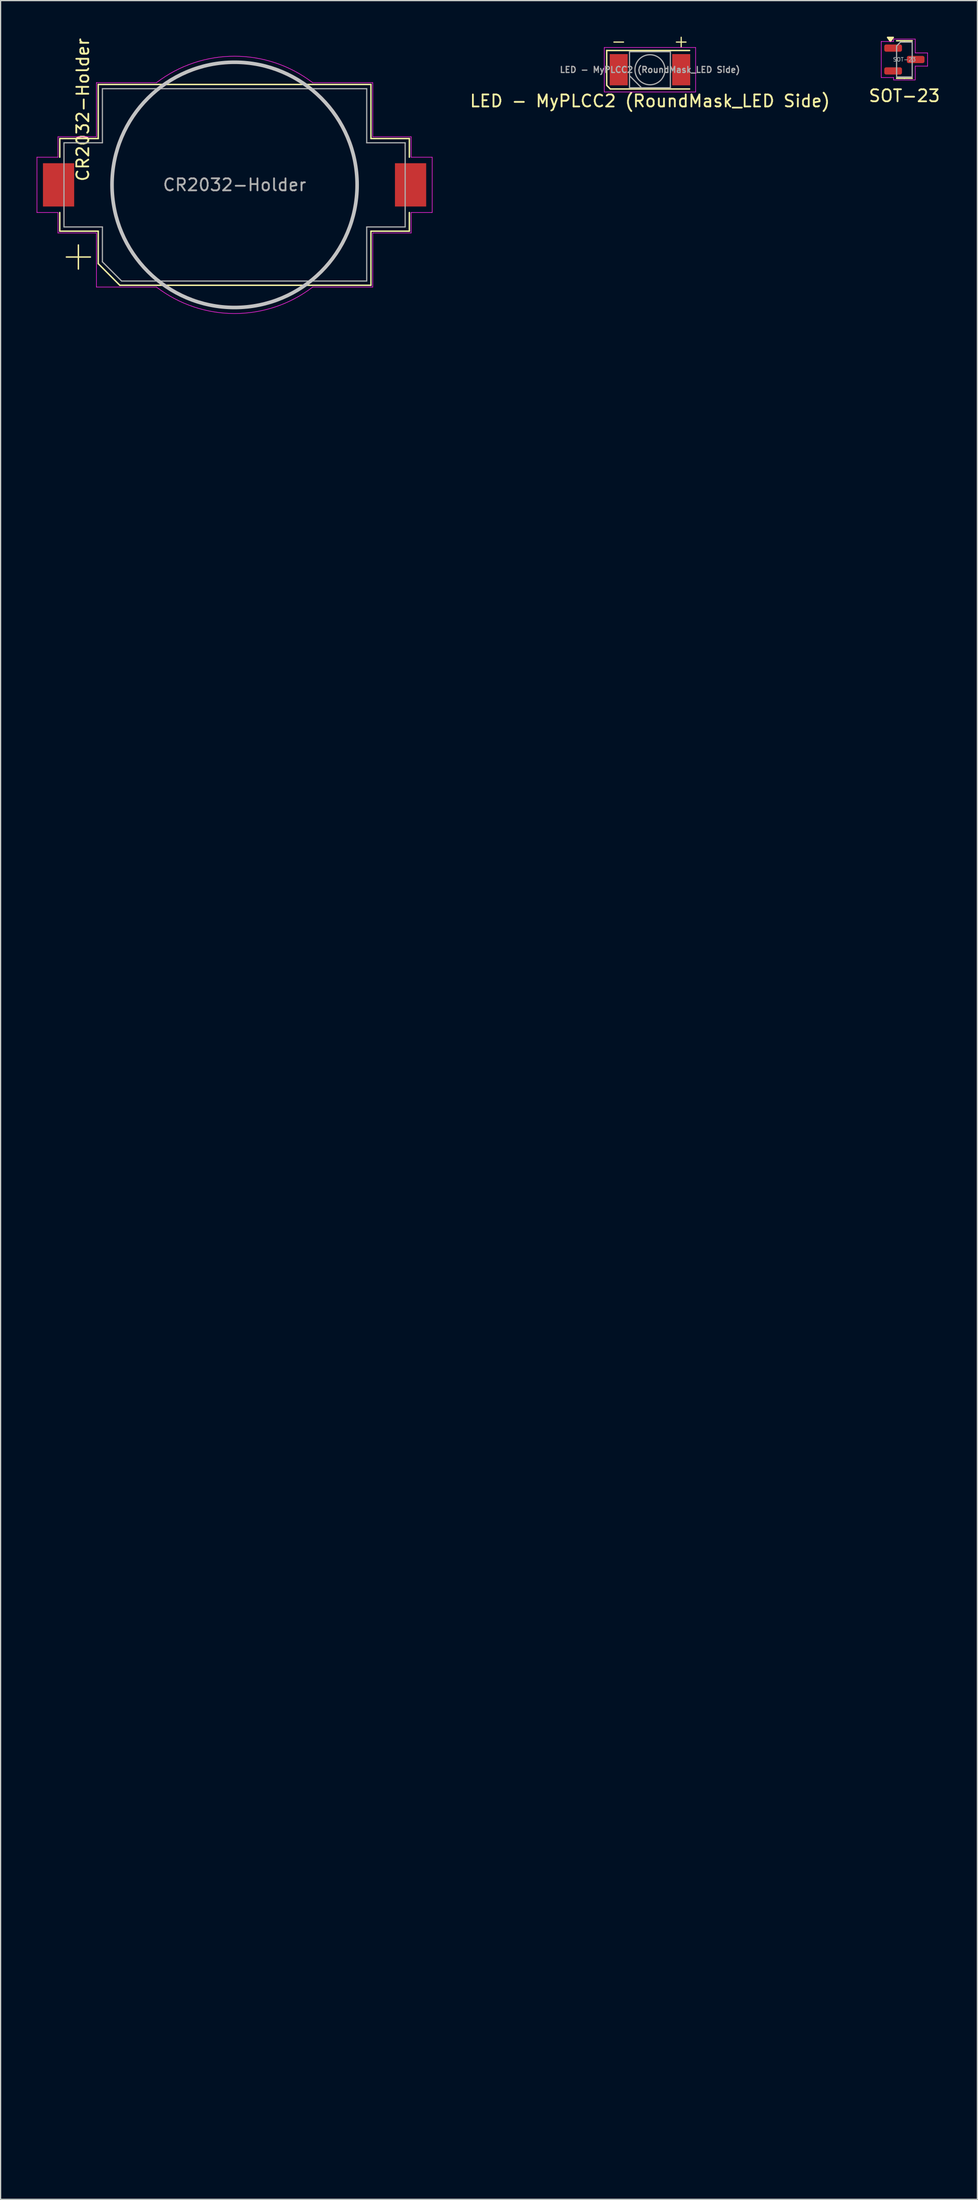
<source format=kicad_pcb>
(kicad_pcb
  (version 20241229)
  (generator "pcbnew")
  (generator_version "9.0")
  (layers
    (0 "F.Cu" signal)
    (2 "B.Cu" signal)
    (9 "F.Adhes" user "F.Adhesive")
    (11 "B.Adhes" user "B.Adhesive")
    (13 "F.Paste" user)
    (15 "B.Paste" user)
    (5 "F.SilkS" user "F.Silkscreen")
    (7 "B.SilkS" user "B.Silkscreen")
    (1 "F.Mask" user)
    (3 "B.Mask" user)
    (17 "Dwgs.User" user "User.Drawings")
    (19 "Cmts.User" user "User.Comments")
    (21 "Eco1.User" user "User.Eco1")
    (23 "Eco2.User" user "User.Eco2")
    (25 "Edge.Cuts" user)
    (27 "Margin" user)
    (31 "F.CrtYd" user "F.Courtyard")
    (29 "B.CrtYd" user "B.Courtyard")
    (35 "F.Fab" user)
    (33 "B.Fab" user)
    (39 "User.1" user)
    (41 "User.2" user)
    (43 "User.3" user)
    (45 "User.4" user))
  (footprint "LED - MyPLCC2 (RoundMask_LED Side)"
    (layer "F.Cu")
    (at 51.051 2.75)
    (property "Reference" "LED - MyPLCC2 (RoundMask_LED Side)" (at 0 2.6 0) (layer "F.SilkS") (effects (font (size 1 1) (thickness 0.15))))
    (attr smd)
    (fp_line (start -3.6 -1.6) (end -3.6 1.25) (stroke (width 0.12) (type solid)) (layer "F.SilkS"))
    (fp_line (start -3.6 1.3) (end -3.3 1.6) (stroke (width 0.12) (type solid)) (layer "F.SilkS"))
    (fp_line (start -3 -2.3) (end -2.2 -2.3) (stroke (width 0.1) (type default)) (layer "F.SilkS"))
    (fp_line (start 2.2 -2.3) (end 3 -2.3) (stroke (width 0.1) (type default)) (layer "F.SilkS"))
    (fp_line (start 2.6 -1.9) (end 2.6 -2.7) (stroke (width 0.1) (type default)) (layer "F.SilkS"))
    (fp_line (start 3.3 -1.6) (end -3.6 -1.6) (stroke (width 0.12) (type solid)) (layer "F.SilkS"))
    (fp_line (start 3.3 1.6) (end -3.3 1.6) (stroke (width 0.12) (type solid)) (layer "F.SilkS"))
    (fp_line (start -3.8 -1.85) (end 3.8 -1.85) (stroke (width 0.05) (type solid)) (layer "F.CrtYd"))
    (fp_line (start -3.8 1.85) (end -3.8 -1.85) (stroke (width 0.05) (type solid)) (layer "F.CrtYd"))
    (fp_line (start 3.8 -1.85) (end 3.8 1.85) (stroke (width 0.05) (type solid)) (layer "F.CrtYd"))
    (fp_line (start 3.8 1.85) (end -3.8 1.85) (stroke (width 0.05) (type solid)) (layer "F.CrtYd"))
    (fp_line (start -1.7 -1.5) (end -1.7 1.5) (stroke (width 0.1) (type solid)) (layer "F.Fab"))
    (fp_line (start -1.7 1.5) (end 1.7 1.5) (stroke (width 0.1) (type solid)) (layer "F.Fab"))
    (fp_line (start -0.75 1.45) (end -1.65 0.55) (stroke (width 0.1) (type solid)) (layer "F.Fab"))
    (fp_line (start 1.7 -1.5) (end -1.7 -1.5) (stroke (width 0.1) (type solid)) (layer "F.Fab"))
    (fp_line (start 1.7 1.5) (end 1.7 -1.5) (stroke (width 0.1) (type solid)) (layer "F.Fab"))
    (fp_circle (center 0 0) (end 0 -1.25) (stroke (width 0.1) (type solid)) (fill no) (layer "F.Fab"))
    (fp_text user "${REFERENCE}" (at 0 0 0) (layer "F.Fab") (effects (font (size 0.5 0.5) (thickness 0.1))))
    (pad "" smd oval (at 0 0) (size 2.7 2.7) (layers "F.Mask"))
    (pad "1" smd rect (at -2.6 0) (size 1.5 2.6) (layers "F.Cu" "F.Mask" "F.Paste"))
    (pad "2" smd rect (at 2.6 0) (size 1.5 2.6) (layers "F.Cu" "F.Mask" "F.Paste"))
    (zone (net_name "") (layers "F.Cu" "F.Mask" "B.Cu" "B.Mask" "F.SilkS" "B.SilkS" "F.Paste" "B.Paste") (hatch edge 0.5) (connect_pads) (min_thickness 0.25) (filled_areas_thickness no) (keepout (tracks not_allowed) (vias not_allowed) (pads not_allowed) (copperpour not_allowed) (footprints allowed)) (placement (enabled no)) (fill) (polygon (pts (xy 49.751 174.272) (xy 52.351 174.272) (xy 52.351 176.872) (xy 49.751 176.872)))))
  (footprint "CR2032-Holder"
    (layer "F.Cu")
    (at 16.475 12.326)
    (property "Reference" "CR2032-Holder" (at -12.63 -6.248 270) (layer "F.SilkS") (effects (font (size 1 1) (thickness 0.15))))
    (attr smd)
    (fp_line (start -14.55 -3.85) (end -14.55 -2.3) (stroke (width 0.12) (type solid)) (layer "F.SilkS"))
    (fp_line (start -14.55 3.85) (end -14.55 2.3) (stroke (width 0.12) (type solid)) (layer "F.SilkS"))
    (fp_line (start -13 5) (end -13 7) (stroke (width 0.12) (type solid)) (layer "F.SilkS"))
    (fp_line (start -12 6) (end -14 6) (stroke (width 0.12) (type solid)) (layer "F.SilkS"))
    (fp_line (start -11.35 -8.35) (end -11.35 -3.85) (stroke (width 0.12) (type solid)) (layer "F.SilkS"))
    (fp_line (start -11.35 -8.35) (end 11.35 -8.35) (stroke (width 0.12) (type solid)) (layer "F.SilkS"))
    (fp_line (start -11.35 -3.85) (end -14.55 -3.85) (stroke (width 0.12) (type solid)) (layer "F.SilkS"))
    (fp_line (start -11.35 3.85) (end -14.55 3.85) (stroke (width 0.12) (type solid)) (layer "F.SilkS"))
    (fp_line (start -11.35 6.55) (end -11.35 3.85) (stroke (width 0.12) (type solid)) (layer "F.SilkS"))
    (fp_line (start -9.55 8.35) (end -11.35 6.55) (stroke (width 0.12) (type solid)) (layer "F.SilkS"))
    (fp_line (start 11.35 -8.35) (end 11.35 -3.85) (stroke (width 0.12) (type solid)) (layer "F.SilkS"))
    (fp_line (start 11.35 -3.85) (end 14.55 -3.85) (stroke (width 0.12) (type solid)) (layer "F.SilkS"))
    (fp_line (start 11.35 3.85) (end 14.55 3.85) (stroke (width 0.12) (type solid)) (layer "F.SilkS"))
    (fp_line (start 11.35 8.35) (end -9.55 8.35) (stroke (width 0.12) (type solid)) (layer "F.SilkS"))
    (fp_line (start 11.35 8.35) (end 11.35 3.85) (stroke (width 0.12) (type solid)) (layer "F.SilkS"))
    (fp_line (start 14.55 -3.85) (end 14.55 -2.3) (stroke (width 0.12) (type solid)) (layer "F.SilkS"))
    (fp_line (start 14.55 3.85) (end 14.55 2.3) (stroke (width 0.12) (type solid)) (layer "F.SilkS"))
    (fp_circle (center 0 0) (end -10.2 0) (stroke (width 0.3) (type solid)) (fill no) (layer "Dwgs.User"))
    (fp_line (start -16.45 2.3) (end -16.45 -2.3) (stroke (width 0.05) (type solid)) (layer "F.CrtYd"))
    (fp_line (start -14.7 -4) (end -11.5 -4) (stroke (width 0.05) (type solid)) (layer "F.CrtYd"))
    (fp_line (start -14.7 -2.3) (end -16.45 -2.3) (stroke (width 0.05) (type solid)) (layer "F.CrtYd"))
    (fp_line (start -14.7 -2.3) (end -14.7 -4) (stroke (width 0.05) (type solid)) (layer "F.CrtYd"))
    (fp_line (start -14.7 2.3) (end -16.45 2.3) (stroke (width 0.05) (type solid)) (layer "F.CrtYd"))
    (fp_line (start -14.7 4) (end -14.7 2.3) (stroke (width 0.05) (type solid)) (layer "F.CrtYd"))
    (fp_line (start -14.7 4) (end -11.5 4) (stroke (width 0.05) (type solid)) (layer "F.CrtYd"))
    (fp_line (start -11.5 -8.5) (end -6.5 -8.5) (stroke (width 0.05) (type solid)) (layer "F.CrtYd"))
    (fp_line (start -11.5 -4) (end -11.5 -8.5) (stroke (width 0.05) (type solid)) (layer "F.CrtYd"))
    (fp_line (start -11.5 4) (end -11.5 8.5) (stroke (width 0.05) (type solid)) (layer "F.CrtYd"))
    (fp_line (start -6.5 8.5) (end -11.5 8.5) (stroke (width 0.05) (type solid)) (layer "F.CrtYd"))
    (fp_line (start 11.5 -8.5) (end 6.5 -8.5) (stroke (width 0.05) (type solid)) (layer "F.CrtYd"))
    (fp_line (start 11.5 -8.5) (end 11.5 -4) (stroke (width 0.05) (type solid)) (layer "F.CrtYd"))
    (fp_line (start 11.5 -4) (end 14.7 -4) (stroke (width 0.05) (type solid)) (layer "F.CrtYd"))
    (fp_line (start 11.5 4) (end 11.5 8.5) (stroke (width 0.05) (type solid)) (layer "F.CrtYd"))
    (fp_line (start 11.5 8.5) (end 6.5 8.5) (stroke (width 0.05) (type solid)) (layer "F.CrtYd"))
    (fp_line (start 14.7 -4) (end 14.7 -2.3) (stroke (width 0.05) (type solid)) (layer "F.CrtYd"))
    (fp_line (start 14.7 -2.3) (end 16.45 -2.3) (stroke (width 0.05) (type solid)) (layer "F.CrtYd"))
    (fp_line (start 14.7 2.3) (end 14.7 4) (stroke (width 0.05) (type solid)) (layer "F.CrtYd"))
    (fp_line (start 14.7 4) (end 11.5 4) (stroke (width 0.05) (type solid)) (layer "F.CrtYd"))
    (fp_line (start 16.45 -2.3) (end 16.45 2.3) (stroke (width 0.05) (type solid)) (layer "F.CrtYd"))
    (fp_line (start 16.45 2.3) (end 14.7 2.3) (stroke (width 0.05) (type solid)) (layer "F.CrtYd"))
    (fp_arc (start -6.499999 -8.5) (mid 0 -10.700467) (end 6.5 -8.5) (stroke (width 0.05) (type solid)) (layer "F.CrtYd"))
    (fp_arc (start 6.499999 8.5) (mid 0 10.700467) (end -6.5 8.5) (stroke (width 0.05) (type solid)) (layer "F.CrtYd"))
    (fp_line (start -14.2 -3.5) (end -11 -3.5) (stroke (width 0.1) (type solid)) (layer "F.Fab"))
    (fp_line (start -14.2 3.5) (end -14.2 -3.5) (stroke (width 0.1) (type solid)) (layer "F.Fab"))
    (fp_line (start -11 -8) (end -11 -3.5) (stroke (width 0.1) (type solid)) (layer "F.Fab"))
    (fp_line (start -11 3.5) (end -14.2 3.5) (stroke (width 0.1) (type solid)) (layer "F.Fab"))
    (fp_line (start -11 6.4) (end -11 3.5) (stroke (width 0.1) (type solid)) (layer "F.Fab"))
    (fp_line (start -9.4 8) (end -11 6.4) (stroke (width 0.1) (type solid)) (layer "F.Fab"))
    (fp_line (start 11 -8) (end -11 -8) (stroke (width 0.1) (type solid)) (layer "F.Fab"))
    (fp_line (start 11 -8) (end 11 -3.5) (stroke (width 0.1) (type solid)) (layer "F.Fab"))
    (fp_line (start 11 3.5) (end 14.2 3.5) (stroke (width 0.1) (type solid)) (layer "F.Fab"))
    (fp_line (start 11 8) (end -9.4 8) (stroke (width 0.1) (type solid)) (layer "F.Fab"))
    (fp_line (start 11 8) (end 11 3.5) (stroke (width 0.1) (type solid)) (layer "F.Fab"))
    (fp_line (start 14.2 -3.5) (end 11 -3.5) (stroke (width 0.1) (type solid)) (layer "F.Fab"))
    (fp_line (start 14.2 3.5) (end 14.2 -3.5) (stroke (width 0.1) (type solid)) (layer "F.Fab"))
    (fp_text user "${REFERENCE}" (at 0 0 0) (layer "F.Fab") (effects (font (size 1 1) (thickness 0.15))))
    (pad "1" smd rect (at -14.65 0 180) (size 2.6 3.6) (layers "F.Cu" "F.Mask" "F.Paste"))
    (pad "2" smd rect (at 14.65 0 180) (size 2.6 3.6) (layers "F.Cu" "F.Mask" "F.Paste")))
  (footprint "SOT-23"
    (layer "F.Cu")
    (at 72.23 1.9)
    (property "Reference" "SOT-23" (at 0 3.02 0) (layer "F.SilkS") (effects (font (size 1 1) (thickness 0.15))))
    (attr smd)
    (fp_line (start 0 -1.56) (end -0.65 -1.56) (stroke (width 0.12) (type solid)) (layer "F.SilkS"))
    (fp_line (start 0 -1.56) (end 0.65 -1.56) (stroke (width 0.12) (type solid)) (layer "F.SilkS"))
    (fp_line (start 0 1.56) (end -0.65 1.56) (stroke (width 0.12) (type solid)) (layer "F.SilkS"))
    (fp_line (start 0 1.56) (end 0.65 1.56) (stroke (width 0.12) (type solid)) (layer "F.SilkS"))
    (fp_poly (pts (xy -1.163 -1.51) (xy -1.403 -1.84) (xy -0.922 -1.84)) (stroke (width 0.12) (type solid)) (fill yes) (layer "F.SilkS"))
    (fp_line (start -1.93 -1.5) (end -0.9 -1.5) (stroke (width 0.05) (type solid)) (layer "F.CrtYd"))
    (fp_line (start -1.93 1.5) (end -1.93 -1.5) (stroke (width 0.05) (type solid)) (layer "F.CrtYd"))
    (fp_line (start -0.9 -1.7) (end 0.9 -1.7) (stroke (width 0.05) (type solid)) (layer "F.CrtYd"))
    (fp_line (start -0.9 -1.5) (end -0.9 -1.7) (stroke (width 0.05) (type solid)) (layer "F.CrtYd"))
    (fp_line (start -0.9 1.5) (end -1.93 1.5) (stroke (width 0.05) (type solid)) (layer "F.CrtYd"))
    (fp_line (start -0.9 1.7) (end -0.9 1.5) (stroke (width 0.05) (type solid)) (layer "F.CrtYd"))
    (fp_line (start 0.9 -1.7) (end 0.9 -0.55) (stroke (width 0.05) (type solid)) (layer "F.CrtYd"))
    (fp_line (start 0.9 -0.55) (end 1.93 -0.55) (stroke (width 0.05) (type solid)) (layer "F.CrtYd"))
    (fp_line (start 0.9 0.55) (end 0.9 1.7) (stroke (width 0.05) (type solid)) (layer "F.CrtYd"))
    (fp_line (start 0.9 1.7) (end -0.9 1.7) (stroke (width 0.05) (type solid)) (layer "F.CrtYd"))
    (fp_line (start 1.93 -0.55) (end 1.93 0.55) (stroke (width 0.05) (type solid)) (layer "F.CrtYd"))
    (fp_line (start 1.93 0.55) (end 0.9 0.55) (stroke (width 0.05) (type solid)) (layer "F.CrtYd"))
    (fp_poly (pts (xy -0.65 -1.125) (xy -0.65 1.45) (xy 0.65 1.45) (xy 0.65 -1.45) (xy -0.325 -1.45)) (stroke (width 0.1) (type solid)) (fill no) (layer "F.Fab"))
    (fp_text user "${REFERENCE}" (at 0 0 0) (layer "F.Fab") (effects (font (size 0.32 0.32) (thickness 0.05))))
    (pad "1" smd roundrect (at -0.938 -0.95) (size 1.475 0.6) (layers "F.Cu" "F.Mask" "F.Paste") (roundrect_rratio 0.25))
    (pad "2" smd roundrect (at -0.938 0.95) (size 1.475 0.6) (layers "F.Cu" "F.Mask" "F.Paste") (roundrect_rratio 0.25))
    (pad "3" smd roundrect (at 0.938 0) (size 1.475 0.6) (layers "F.Cu" "F.Mask" "F.Paste") (roundrect_rratio 0.25)))
  (gr_rect
    (start -3 -3)
    (end 78.307 179.872)
    (stroke (width 0.1) (type default))
    (fill no)
    (layer "Edge.Cuts")))
</source>
